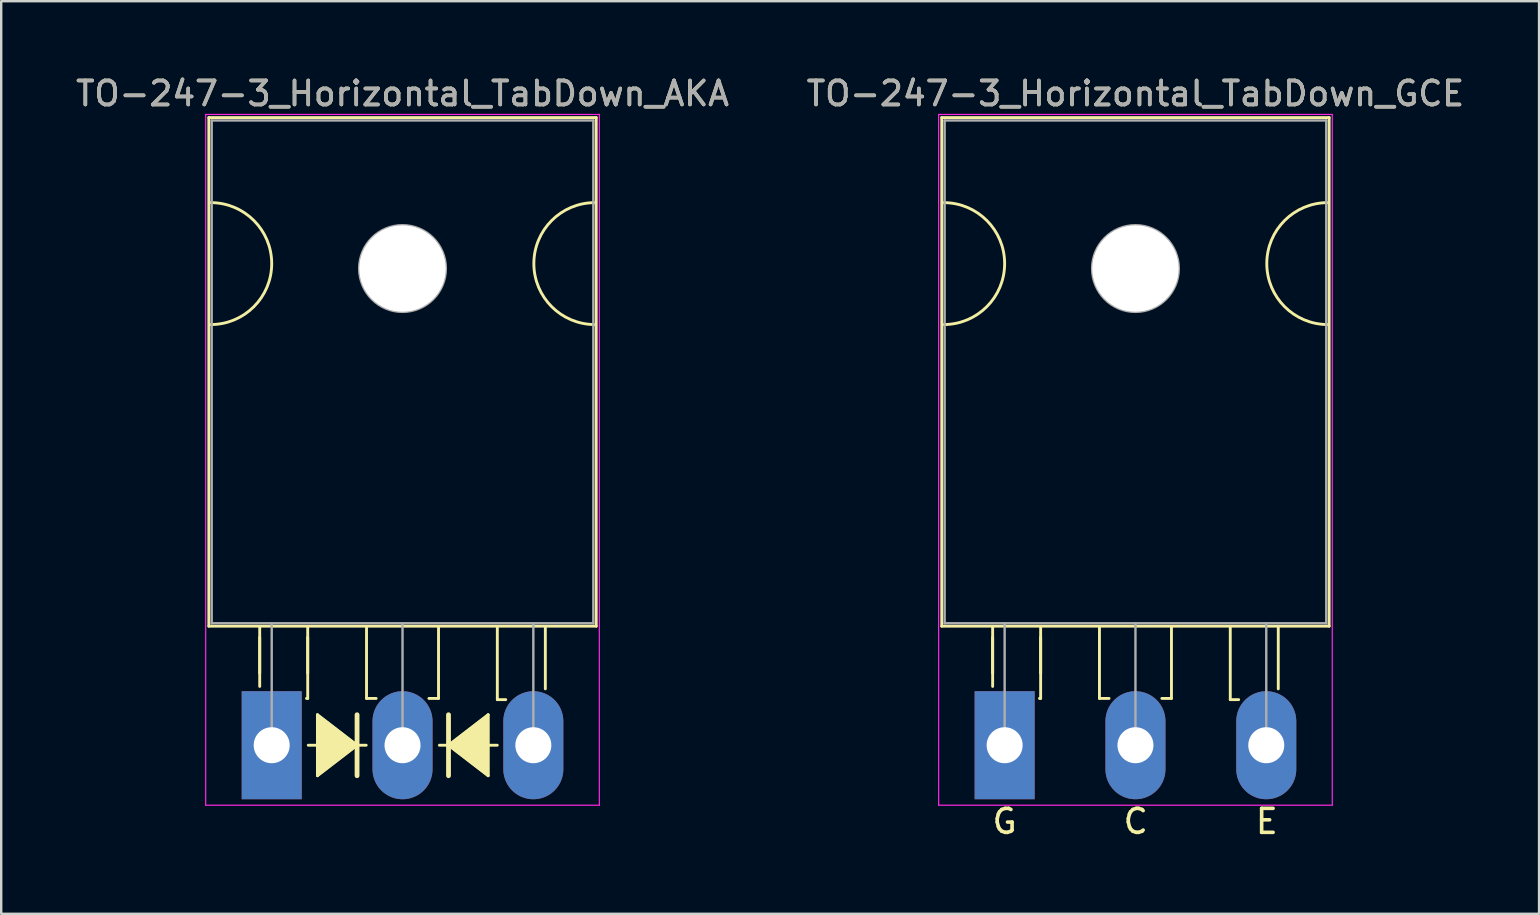
<source format=kicad_pcb>
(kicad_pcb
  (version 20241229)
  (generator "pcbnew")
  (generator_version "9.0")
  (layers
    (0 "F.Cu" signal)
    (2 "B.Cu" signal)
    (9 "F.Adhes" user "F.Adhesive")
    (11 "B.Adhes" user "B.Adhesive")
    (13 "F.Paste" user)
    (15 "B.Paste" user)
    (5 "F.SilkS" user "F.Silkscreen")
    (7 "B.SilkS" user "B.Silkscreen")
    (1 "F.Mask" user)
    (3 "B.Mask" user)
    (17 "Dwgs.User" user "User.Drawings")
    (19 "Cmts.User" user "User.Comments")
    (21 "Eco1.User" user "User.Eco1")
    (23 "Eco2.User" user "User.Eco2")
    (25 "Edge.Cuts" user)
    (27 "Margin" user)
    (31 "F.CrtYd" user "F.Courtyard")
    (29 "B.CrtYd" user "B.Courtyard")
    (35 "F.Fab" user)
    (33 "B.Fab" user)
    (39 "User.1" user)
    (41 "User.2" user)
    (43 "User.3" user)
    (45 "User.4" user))
  (footprint "TO-247-3_Horizontal_TabDown_GCE"
    (layer "F.Cu")
    (at 38.806 27.998)
    (property "Reference" "TO-247-3_Horizontal_TabDown_GCE" (at 5.45 -27.15 0) (layer "F.SilkS") (effects (font (size 1 1) (thickness 0.15))))
    (fp_line (start -2.62 -26.15) (end -2.62 -4.96) (stroke (width 0.12) (type solid)) (layer "F.SilkS"))
    (fp_line (start -2.62 -26.15) (end 13.52 -26.15) (stroke (width 0.12) (type solid)) (layer "F.SilkS"))
    (fp_line (start -2.62 -4.96) (end 13.52 -4.96) (stroke (width 0.12) (type solid)) (layer "F.SilkS"))
    (fp_line (start -0.5 -4.95) (end -0.5 -2.45) (stroke (width 0.12) (type solid)) (layer "F.SilkS"))
    (fp_line (start -0.5 -4.5) (end -0.5 -3) (stroke (width 0.12) (type solid)) (layer "F.SilkS"))
    (fp_line (start 1.5 -4.95) (end 1.5 -1.95) (stroke (width 0.12) (type solid)) (layer "F.SilkS"))
    (fp_line (start 1.5 -4.5) (end 1.5 -3) (stroke (width 0.12) (type solid)) (layer "F.SilkS"))
    (fp_line (start 1.5 -1.95) (end 1.45 -1.95) (stroke (width 0.12) (type solid)) (layer "F.SilkS"))
    (fp_line (start 3.95 -4.9) (end 3.95 -1.95) (stroke (width 0.12) (type solid)) (layer "F.SilkS"))
    (fp_line (start 3.95 -1.95) (end 4.35 -1.95) (stroke (width 0.12) (type solid)) (layer "F.SilkS"))
    (fp_line (start 6.95 -4.95) (end 6.95 -1.95) (stroke (width 0.12) (type solid)) (layer "F.SilkS"))
    (fp_line (start 6.95 -1.95) (end 6.55 -1.95) (stroke (width 0.12) (type solid)) (layer "F.SilkS"))
    (fp_line (start 9.4 -4.9) (end 9.4 -1.9) (stroke (width 0.12) (type solid)) (layer "F.SilkS"))
    (fp_line (start 9.4 -1.9) (end 9.75 -1.9) (stroke (width 0.12) (type solid)) (layer "F.SilkS"))
    (fp_line (start 11.4 -4.9) (end 11.4 -2.35) (stroke (width 0.12) (type solid)) (layer "F.SilkS"))
    (fp_line (start 13.52 -26.15) (end 13.52 -4.96) (stroke (width 0.12) (type solid)) (layer "F.SilkS"))
    (fp_arc (start -2.54 -22.606) (mid 0 -20.066) (end -2.54 -17.526) (stroke (width 0.12) (type solid)) (layer "F.SilkS"))
    (fp_arc (start 13.462 -17.526) (mid 10.922 -20.066) (end 13.462 -22.606) (stroke (width 0.12) (type solid)) (layer "F.SilkS"))
    (fp_line (start -2.75 -26.28) (end -2.75 2.5) (stroke (width 0.05) (type solid)) (layer "F.CrtYd"))
    (fp_line (start -2.75 2.5) (end 13.65 2.5) (stroke (width 0.05) (type solid)) (layer "F.CrtYd"))
    (fp_line (start 13.65 -26.28) (end -2.75 -26.28) (stroke (width 0.05) (type solid)) (layer "F.CrtYd"))
    (fp_line (start 13.65 2.5) (end 13.65 -26.28) (stroke (width 0.05) (type solid)) (layer "F.CrtYd"))
    (fp_line (start -2.5 -26.03) (end 13.4 -26.03) (stroke (width 0.1) (type solid)) (layer "F.Fab"))
    (fp_line (start -2.5 -5.08) (end -2.5 -26.03) (stroke (width 0.1) (type solid)) (layer "F.Fab"))
    (fp_line (start 0 -5.08) (end 0 0) (stroke (width 0.1) (type solid)) (layer "F.Fab"))
    (fp_line (start 5.45 -5.08) (end 5.45 0) (stroke (width 0.1) (type solid)) (layer "F.Fab"))
    (fp_line (start 10.9 -5.08) (end 10.9 0) (stroke (width 0.1) (type solid)) (layer "F.Fab"))
    (fp_line (start 13.4 -26.03) (end 13.4 -5.08) (stroke (width 0.1) (type solid)) (layer "F.Fab"))
    (fp_line (start 13.4 -5.08) (end -2.5 -5.08) (stroke (width 0.1) (type solid)) (layer "F.Fab"))
    (fp_circle (center 5.45 -19.86) (end 7.255 -19.86) (stroke (width 0.1) (type solid)) (fill no) (layer "F.Fab"))
    (fp_text user "C" (at 5.461 3.175 0) (unlocked yes) (layer "F.SilkS") (effects (font (size 1 1) (thickness 0.15))))
    (fp_text user "E" (at 10.922 3.175 0) (unlocked yes) (layer "F.SilkS") (effects (font (size 1 1) (thickness 0.15))))
    (fp_text user "G" (at 0 3.175 0) (unlocked yes) (layer "F.SilkS") (effects (font (size 1 1) (thickness 0.15))))
    (fp_text user "${REFERENCE}" (at 5.45 -27.15 0) (layer "F.Fab") (effects (font (size 1 1) (thickness 0.15))))
    (pad "" np_thru_hole oval (at 5.45 -19.86) (size 3.6 3.6) (drill 3.6) (layers "*.Cu" "*.Mask"))
    (pad "1" thru_hole rect (at 0 0) (size 2.5 4.5) (drill 1.5) (layers "*.Cu" "*.Mask"))
    (pad "2" thru_hole oval (at 5.45 0) (size 2.5 4.5) (drill 1.5) (layers "*.Cu" "*.Mask"))
    (pad "3" thru_hole oval (at 10.9 0) (size 2.5 4.5) (drill 1.5) (layers "*.Cu" "*.Mask")))
  (footprint "TO-247-3_Horizontal_TabDown_AKA"
    (layer "F.Cu")
    (at 8.27 27.998)
    (property "Reference" "TO-247-3_Horizontal_TabDown_AKA" (at 5.45 -27.15 0) (layer "F.SilkS") (effects (font (size 1 1) (thickness 0.15))))
    (attr through_hole)
    (fp_line (start -2.62 -26.15) (end -2.62 -4.96) (stroke (width 0.12) (type solid)) (layer "F.SilkS"))
    (fp_line (start -2.62 -26.15) (end 13.52 -26.15) (stroke (width 0.12) (type solid)) (layer "F.SilkS"))
    (fp_line (start -2.62 -4.96) (end 13.52 -4.96) (stroke (width 0.12) (type solid)) (layer "F.SilkS"))
    (fp_line (start -0.5 -4.95) (end -0.5 -2.45) (stroke (width 0.12) (type solid)) (layer "F.SilkS"))
    (fp_line (start -0.5 -4.5) (end -0.5 -3) (stroke (width 0.12) (type solid)) (layer "F.SilkS"))
    (fp_line (start 1.5 -4.95) (end 1.5 -1.95) (stroke (width 0.12) (type solid)) (layer "F.SilkS"))
    (fp_line (start 1.5 -4.5) (end 1.5 -3) (stroke (width 0.12) (type solid)) (layer "F.SilkS"))
    (fp_line (start 1.5 -1.95) (end 1.45 -1.95) (stroke (width 0.12) (type solid)) (layer "F.SilkS"))
    (fp_line (start 1.524 0) (end 1.905 0) (stroke (width 0.12) (type solid)) (layer "F.SilkS"))
    (fp_line (start 1.905 -1.27) (end 1.905 1.27) (stroke (width 0.12) (type solid)) (layer "F.SilkS"))
    (fp_line (start 1.905 1.27) (end 3.556 0) (stroke (width 0.12) (type solid)) (layer "F.SilkS"))
    (fp_line (start 3.556 0) (end 1.905 -1.27) (stroke (width 0.12) (type solid)) (layer "F.SilkS"))
    (fp_line (start 3.556 0) (end 3.556 -1.27) (stroke (width 0.2) (type solid)) (layer "F.SilkS"))
    (fp_line (start 3.556 1.27) (end 3.556 0) (stroke (width 0.2) (type solid)) (layer "F.SilkS"))
    (fp_line (start 3.937 0) (end 3.556 0) (stroke (width 0.12) (type solid)) (layer "F.SilkS"))
    (fp_line (start 3.95 -4.9) (end 3.95 -1.95) (stroke (width 0.12) (type solid)) (layer "F.SilkS"))
    (fp_line (start 3.95 -1.95) (end 4.35 -1.95) (stroke (width 0.12) (type solid)) (layer "F.SilkS"))
    (fp_line (start 6.95 -4.95) (end 6.95 -1.95) (stroke (width 0.12) (type solid)) (layer "F.SilkS"))
    (fp_line (start 6.95 -1.95) (end 6.55 -1.95) (stroke (width 0.12) (type solid)) (layer "F.SilkS"))
    (fp_line (start 6.985 0) (end 7.366 0) (stroke (width 0.12) (type solid)) (layer "F.SilkS"))
    (fp_line (start 7.366 -1.27) (end 7.366 0) (stroke (width 0.2) (type solid)) (layer "F.SilkS"))
    (fp_line (start 7.366 0) (end 7.366 1.27) (stroke (width 0.2) (type solid)) (layer "F.SilkS"))
    (fp_line (start 7.366 0) (end 9.017 1.27) (stroke (width 0.12) (type solid)) (layer "F.SilkS"))
    (fp_line (start 9.017 -1.27) (end 7.366 0) (stroke (width 0.12) (type solid)) (layer "F.SilkS"))
    (fp_line (start 9.017 1.27) (end 9.017 -1.27) (stroke (width 0.12) (type solid)) (layer "F.SilkS"))
    (fp_line (start 9.398 0) (end 9.017 0) (stroke (width 0.12) (type solid)) (layer "F.SilkS"))
    (fp_line (start 9.4 -4.9) (end 9.4 -1.9) (stroke (width 0.12) (type solid)) (layer "F.SilkS"))
    (fp_line (start 9.4 -1.9) (end 9.75 -1.9) (stroke (width 0.12) (type solid)) (layer "F.SilkS"))
    (fp_line (start 11.4 -4.9) (end 11.4 -2.35) (stroke (width 0.12) (type solid)) (layer "F.SilkS"))
    (fp_line (start 13.52 -26.15) (end 13.52 -4.96) (stroke (width 0.12) (type solid)) (layer "F.SilkS"))
    (fp_arc (start -2.54 -22.606) (mid 0 -20.066) (end -2.54 -17.526) (stroke (width 0.12) (type solid)) (layer "F.SilkS"))
    (fp_arc (start 13.462 -17.526) (mid 10.922 -20.066) (end 13.462 -22.606) (stroke (width 0.12) (type solid)) (layer "F.SilkS"))
    (fp_poly (pts (xy 3.556 0) (xy 1.905 1.27) (xy 1.905 -1.27)) (stroke (width 0.1) (type solid)) (fill yes) (layer "F.SilkS"))
    (fp_poly (pts (xy 9.017 1.27) (xy 7.366 0) (xy 9.017 -1.27)) (stroke (width 0.1) (type solid)) (fill yes) (layer "F.SilkS"))
    (fp_line (start -2.75 -26.28) (end -2.75 2.5) (stroke (width 0.05) (type solid)) (layer "F.CrtYd"))
    (fp_line (start -2.75 2.5) (end 13.65 2.5) (stroke (width 0.05) (type solid)) (layer "F.CrtYd"))
    (fp_line (start 13.65 -26.28) (end -2.75 -26.28) (stroke (width 0.05) (type solid)) (layer "F.CrtYd"))
    (fp_line (start 13.65 2.5) (end 13.65 -26.28) (stroke (width 0.05) (type solid)) (layer "F.CrtYd"))
    (fp_line (start -2.5 -26.03) (end 13.4 -26.03) (stroke (width 0.1) (type solid)) (layer "F.Fab"))
    (fp_line (start -2.5 -5.08) (end -2.5 -26.03) (stroke (width 0.1) (type solid)) (layer "F.Fab"))
    (fp_line (start 0 -5.08) (end 0 0) (stroke (width 0.1) (type solid)) (layer "F.Fab"))
    (fp_line (start 5.45 -5.08) (end 5.45 0) (stroke (width 0.1) (type solid)) (layer "F.Fab"))
    (fp_line (start 10.9 -5.08) (end 10.9 0) (stroke (width 0.1) (type solid)) (layer "F.Fab"))
    (fp_line (start 13.4 -26.03) (end 13.4 -5.08) (stroke (width 0.1) (type solid)) (layer "F.Fab"))
    (fp_line (start 13.4 -5.08) (end -2.5 -5.08) (stroke (width 0.1) (type solid)) (layer "F.Fab"))
    (fp_circle (center 5.45 -19.86) (end 7.255 -19.86) (stroke (width 0.1) (type solid)) (fill no) (layer "F.Fab"))
    (fp_text user "${REFERENCE}" (at 5.45 -27.15 0) (layer "F.Fab") (effects (font (size 1 1) (thickness 0.15))))
    (pad "" np_thru_hole oval (at 5.45 -19.86) (size 3.6 3.6) (drill 3.6) (layers "*.Cu" "*.Mask"))
    (pad "1" thru_hole rect (at 0 0) (size 2.5 4.5) (drill 1.5) (layers "*.Cu" "*.Mask"))
    (pad "2" thru_hole oval (at 5.45 0) (size 2.5 4.5) (drill 1.5) (layers "*.Cu" "*.Mask"))
    (pad "3" thru_hole oval (at 10.9 0) (size 2.5 4.5) (drill 1.5) (layers "*.Cu" "*.Mask")))
  (gr_rect
    (start -3 -3)
    (end 61.071 35.022)
    (stroke (width 0.1) (type default))
    (fill no)
    (layer "Edge.Cuts")))
</source>
